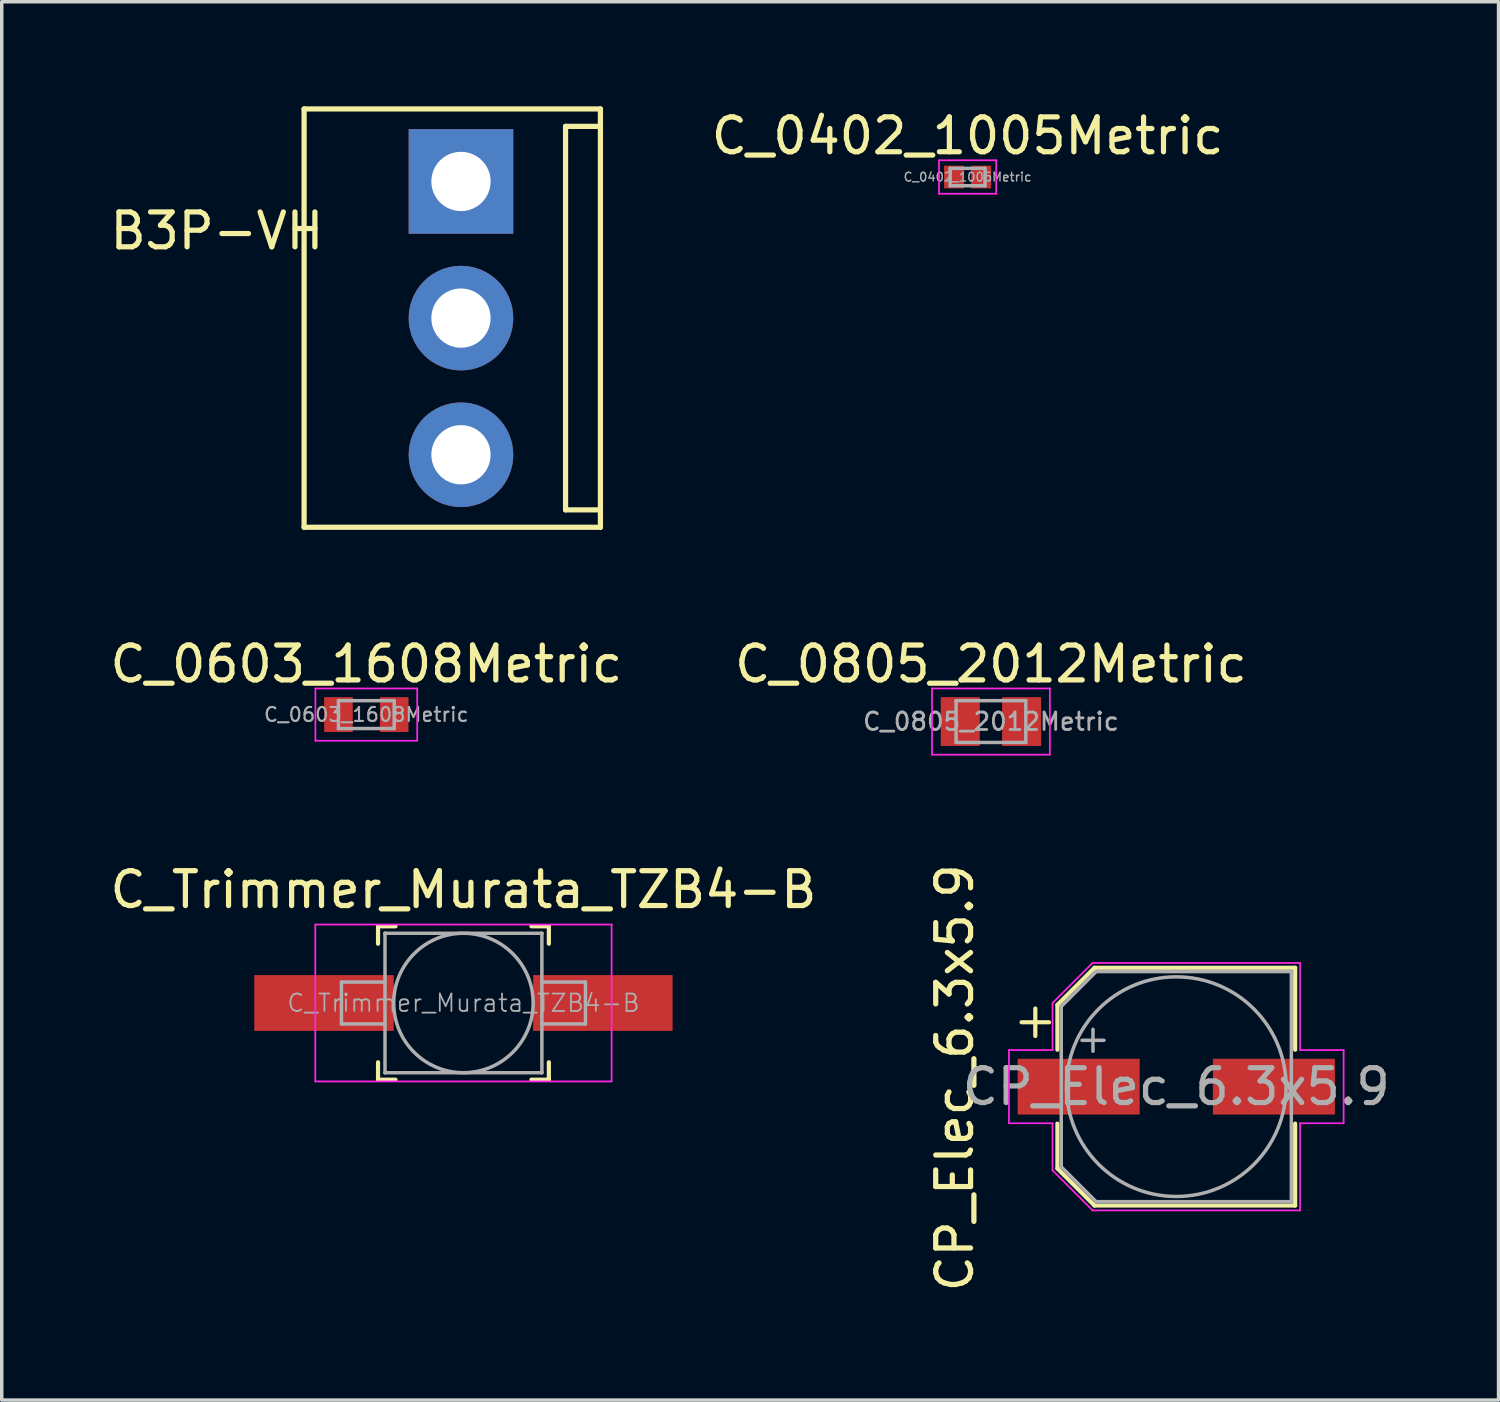
<source format=kicad_pcb>
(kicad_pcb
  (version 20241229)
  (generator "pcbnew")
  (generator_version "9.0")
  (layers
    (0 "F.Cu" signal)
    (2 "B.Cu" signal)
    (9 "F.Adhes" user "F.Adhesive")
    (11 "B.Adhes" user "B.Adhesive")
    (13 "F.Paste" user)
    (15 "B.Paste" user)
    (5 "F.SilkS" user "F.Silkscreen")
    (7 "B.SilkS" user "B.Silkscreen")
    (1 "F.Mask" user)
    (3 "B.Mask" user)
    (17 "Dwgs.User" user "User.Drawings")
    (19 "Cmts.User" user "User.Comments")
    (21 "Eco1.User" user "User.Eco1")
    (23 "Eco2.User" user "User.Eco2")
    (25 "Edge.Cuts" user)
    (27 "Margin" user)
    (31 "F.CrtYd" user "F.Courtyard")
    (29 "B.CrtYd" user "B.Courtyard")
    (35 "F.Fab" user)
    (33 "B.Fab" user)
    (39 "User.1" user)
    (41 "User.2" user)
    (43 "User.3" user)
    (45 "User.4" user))
  (footprint "C_0805_2012Metric"
    (layer "F.Cu")
    (at 25.375 17.648)
    (property "Reference" "C_0805_2012Metric" (at 0 -1.65 0) (layer "F.SilkS") (effects (font (size 1 1) (thickness 0.15))))
    (attr smd)
    (fp_line (start -1.69 -0.95) (end 1.69 -0.95) (stroke (width 0.05) (type solid)) (layer "F.CrtYd"))
    (fp_line (start -1.69 0.95) (end -1.69 -0.95) (stroke (width 0.05) (type solid)) (layer "F.CrtYd"))
    (fp_line (start 1.69 -0.95) (end 1.69 0.95) (stroke (width 0.05) (type solid)) (layer "F.CrtYd"))
    (fp_line (start 1.69 0.95) (end -1.69 0.95) (stroke (width 0.05) (type solid)) (layer "F.CrtYd"))
    (fp_line (start -1 -0.6) (end 1 -0.6) (stroke (width 0.1) (type solid)) (layer "F.Fab"))
    (fp_line (start -1 0.6) (end -1 -0.6) (stroke (width 0.1) (type solid)) (layer "F.Fab"))
    (fp_line (start 1 -0.6) (end 1 0.6) (stroke (width 0.1) (type solid)) (layer "F.Fab"))
    (fp_line (start 1 0.6) (end -1 0.6) (stroke (width 0.1) (type solid)) (layer "F.Fab"))
    (fp_text user "${REFERENCE}" (at 0 0 0) (layer "F.Fab") (effects (font (size 0.5 0.5) (thickness 0.08))))
    (pad "1" smd rect (at -0.88 0) (size 1.12 1.4) (layers "F.Cu" "F.Mask" "F.Paste"))
    (pad "2" smd rect (at 0.88 0) (size 1.12 1.4) (layers "F.Cu" "F.Mask" "F.Paste")))
  (footprint "CP_Elec_6.3x5.9"
    (layer "F.Cu")
    (at 30.692 28.121)
    (property "Reference" "CP_Elec_6.3x5.9" (at -6.356 -0.254 270) (layer "F.SilkS") (effects (font (size 1 1) (thickness 0.15))))
    (attr smd)
    (fp_line (start -4.438 -1.847) (end -3.65 -1.847) (stroke (width 0.12) (type solid)) (layer "F.SilkS"))
    (fp_line (start -4.044 -2.241) (end -4.044 -1.454) (stroke (width 0.12) (type solid)) (layer "F.SilkS"))
    (fp_line (start -3.41 -2.346) (end -3.41 -1.06) (stroke (width 0.12) (type solid)) (layer "F.SilkS"))
    (fp_line (start -3.41 -2.346) (end -2.346 -3.41) (stroke (width 0.12) (type solid)) (layer "F.SilkS"))
    (fp_line (start -3.41 2.346) (end -3.41 1.06) (stroke (width 0.12) (type solid)) (layer "F.SilkS"))
    (fp_line (start -3.41 2.346) (end -2.346 3.41) (stroke (width 0.12) (type solid)) (layer "F.SilkS"))
    (fp_line (start -2.346 -3.41) (end 3.41 -3.41) (stroke (width 0.12) (type solid)) (layer "F.SilkS"))
    (fp_line (start -2.346 3.41) (end 3.41 3.41) (stroke (width 0.12) (type solid)) (layer "F.SilkS"))
    (fp_line (start 3.41 -3.41) (end 3.41 -1.06) (stroke (width 0.12) (type solid)) (layer "F.SilkS"))
    (fp_line (start 3.41 3.41) (end 3.41 1.06) (stroke (width 0.12) (type solid)) (layer "F.SilkS"))
    (fp_line (start -4.8 -1.05) (end -4.8 1.05) (stroke (width 0.05) (type solid)) (layer "F.CrtYd"))
    (fp_line (start -4.8 1.05) (end -3.55 1.05) (stroke (width 0.05) (type solid)) (layer "F.CrtYd"))
    (fp_line (start -3.55 -2.4) (end -3.55 -1.05) (stroke (width 0.05) (type solid)) (layer "F.CrtYd"))
    (fp_line (start -3.55 -2.4) (end -2.4 -3.55) (stroke (width 0.05) (type solid)) (layer "F.CrtYd"))
    (fp_line (start -3.55 -1.05) (end -4.8 -1.05) (stroke (width 0.05) (type solid)) (layer "F.CrtYd"))
    (fp_line (start -3.55 1.05) (end -3.55 2.4) (stroke (width 0.05) (type solid)) (layer "F.CrtYd"))
    (fp_line (start -3.55 2.4) (end -2.4 3.55) (stroke (width 0.05) (type solid)) (layer "F.CrtYd"))
    (fp_line (start -2.4 -3.55) (end 3.55 -3.55) (stroke (width 0.05) (type solid)) (layer "F.CrtYd"))
    (fp_line (start -2.4 3.55) (end 3.55 3.55) (stroke (width 0.05) (type solid)) (layer "F.CrtYd"))
    (fp_line (start 3.55 -3.55) (end 3.55 -1.05) (stroke (width 0.05) (type solid)) (layer "F.CrtYd"))
    (fp_line (start 3.55 -1.05) (end 4.8 -1.05) (stroke (width 0.05) (type solid)) (layer "F.CrtYd"))
    (fp_line (start 3.55 1.05) (end 3.55 3.55) (stroke (width 0.05) (type solid)) (layer "F.CrtYd"))
    (fp_line (start 4.8 -1.05) (end 4.8 1.05) (stroke (width 0.05) (type solid)) (layer "F.CrtYd"))
    (fp_line (start 4.8 1.05) (end 3.55 1.05) (stroke (width 0.05) (type solid)) (layer "F.CrtYd"))
    (fp_line (start -3.3 -2.3) (end -3.3 2.3) (stroke (width 0.1) (type solid)) (layer "F.Fab"))
    (fp_line (start -3.3 -2.3) (end -2.3 -3.3) (stroke (width 0.1) (type solid)) (layer "F.Fab"))
    (fp_line (start -3.3 2.3) (end -2.3 3.3) (stroke (width 0.1) (type solid)) (layer "F.Fab"))
    (fp_line (start -2.705 -1.33) (end -2.075 -1.33) (stroke (width 0.1) (type solid)) (layer "F.Fab"))
    (fp_line (start -2.39 -1.645) (end -2.39 -1.015) (stroke (width 0.1) (type solid)) (layer "F.Fab"))
    (fp_line (start -2.3 -3.3) (end 3.3 -3.3) (stroke (width 0.1) (type solid)) (layer "F.Fab"))
    (fp_line (start -2.3 3.3) (end 3.3 3.3) (stroke (width 0.1) (type solid)) (layer "F.Fab"))
    (fp_line (start 3.3 -3.3) (end 3.3 3.3) (stroke (width 0.1) (type solid)) (layer "F.Fab"))
    (fp_circle (center 0 0) (end 3.15 0) (stroke (width 0.1) (type solid)) (fill no) (layer "F.Fab"))
    (fp_text user "${REFERENCE}" (at 0 0 0) (layer "F.Fab") (effects (font (size 1 1) (thickness 0.15))))
    (pad "1" smd rect (at -2.8 0) (size 3.5 1.6) (layers "F.Cu" "F.Mask" "F.Paste"))
    (pad "2" smd rect (at 2.8 0) (size 3.5 1.6) (layers "F.Cu" "F.Mask" "F.Paste")))
  (footprint "C_0603_1608Metric"
    (layer "F.Cu")
    (at 7.458 17.448)
    (property "Reference" "C_0603_1608Metric" (at 0 -1.45 0) (layer "F.SilkS") (effects (font (size 1 1) (thickness 0.15))))
    (attr smd)
    (fp_line (start -1.46 -0.75) (end 1.46 -0.75) (stroke (width 0.05) (type solid)) (layer "F.CrtYd"))
    (fp_line (start -1.46 0.75) (end -1.46 -0.75) (stroke (width 0.05) (type solid)) (layer "F.CrtYd"))
    (fp_line (start 1.46 -0.75) (end 1.46 0.75) (stroke (width 0.05) (type solid)) (layer "F.CrtYd"))
    (fp_line (start 1.46 0.75) (end -1.46 0.75) (stroke (width 0.05) (type solid)) (layer "F.CrtYd"))
    (fp_line (start -0.8 -0.4) (end 0.8 -0.4) (stroke (width 0.1) (type solid)) (layer "F.Fab"))
    (fp_line (start -0.8 0.4) (end -0.8 -0.4) (stroke (width 0.1) (type solid)) (layer "F.Fab"))
    (fp_line (start 0.8 -0.4) (end 0.8 0.4) (stroke (width 0.1) (type solid)) (layer "F.Fab"))
    (fp_line (start 0.8 0.4) (end -0.8 0.4) (stroke (width 0.1) (type solid)) (layer "F.Fab"))
    (fp_text user "${REFERENCE}" (at 0 0 0) (layer "F.Fab") (effects (font (size 0.4 0.4) (thickness 0.06))))
    (pad "1" smd rect (at -0.8 0) (size 0.82 1) (layers "F.Cu" "F.Mask" "F.Paste"))
    (pad "2" smd rect (at 0.8 0) (size 0.82 1) (layers "F.Cu" "F.Mask" "F.Paste")))
  (footprint "C_0402_1005Metric"
    (layer "F.Cu")
    (at 24.706 2.028)
    (property "Reference" "C_0402_1005Metric" (at 0 -1.18 0) (layer "F.SilkS") (effects (font (size 1 1) (thickness 0.15))))
    (attr smd)
    (fp_line (start -0.82 -0.48) (end 0.82 -0.48) (stroke (width 0.05) (type solid)) (layer "F.CrtYd"))
    (fp_line (start -0.82 0.48) (end -0.82 -0.48) (stroke (width 0.05) (type solid)) (layer "F.CrtYd"))
    (fp_line (start 0.82 -0.48) (end 0.82 0.48) (stroke (width 0.05) (type solid)) (layer "F.CrtYd"))
    (fp_line (start 0.82 0.48) (end -0.82 0.48) (stroke (width 0.05) (type solid)) (layer "F.CrtYd"))
    (fp_line (start -0.5 -0.25) (end 0.5 -0.25) (stroke (width 0.1) (type solid)) (layer "F.Fab"))
    (fp_line (start -0.5 0.25) (end -0.5 -0.25) (stroke (width 0.1) (type solid)) (layer "F.Fab"))
    (fp_line (start 0.5 -0.25) (end 0.5 0.25) (stroke (width 0.1) (type solid)) (layer "F.Fab"))
    (fp_line (start 0.5 0.25) (end -0.5 0.25) (stroke (width 0.1) (type solid)) (layer "F.Fab"))
    (fp_text user "${REFERENCE}" (at 0 0 0) (layer "F.Fab") (effects (font (size 0.25 0.25) (thickness 0.04))))
    (pad "1" smd rect (at -0.388 0) (size 0.575 0.65) (layers "F.Cu" "F.Mask" "F.Paste"))
    (pad "2" smd rect (at 0.388 0) (size 0.575 0.65) (layers "F.Cu" "F.Mask" "F.Paste")))
  (footprint "C_Trimmer_Murata_TZB4-B"
    (layer "F.Cu")
    (at 10.244 25.721)
    (property "Reference" "C_Trimmer_Murata_TZB4-B" (at 0 -3.25 0) (layer "F.SilkS") (effects (font (size 1 1) (thickness 0.15))))
    (attr smd)
    (fp_line (start -2.45 -2.2) (end -2.45 -1.7) (stroke (width 0.12) (type solid)) (layer "F.SilkS"))
    (fp_line (start -2.45 -2.2) (end -1.95 -2.2) (stroke (width 0.12) (type solid)) (layer "F.SilkS"))
    (fp_line (start -2.45 2.2) (end -2.45 1.7) (stroke (width 0.12) (type solid)) (layer "F.SilkS"))
    (fp_line (start -2.45 2.2) (end -1.95 2.2) (stroke (width 0.12) (type solid)) (layer "F.SilkS"))
    (fp_line (start 2.45 -2.2) (end 1.95 -2.2) (stroke (width 0.12) (type solid)) (layer "F.SilkS"))
    (fp_line (start 2.45 -2.2) (end 2.45 -1.7) (stroke (width 0.12) (type solid)) (layer "F.SilkS"))
    (fp_line (start 2.45 2.2) (end 1.95 2.2) (stroke (width 0.12) (type solid)) (layer "F.SilkS"))
    (fp_line (start 2.45 2.2) (end 2.45 1.7) (stroke (width 0.12) (type solid)) (layer "F.SilkS"))
    (fp_line (start -4.25 -2.25) (end -4.25 2.25) (stroke (width 0.05) (type solid)) (layer "F.CrtYd"))
    (fp_line (start -4.25 2.25) (end 4.25 2.25) (stroke (width 0.05) (type solid)) (layer "F.CrtYd"))
    (fp_line (start 4.25 -2.25) (end -4.25 -2.25) (stroke (width 0.05) (type solid)) (layer "F.CrtYd"))
    (fp_line (start 4.25 2.25) (end 4.25 -2.25) (stroke (width 0.05) (type solid)) (layer "F.CrtYd"))
    (fp_line (start -3.5 -0.6) (end -3.5 0.6) (stroke (width 0.1) (type solid)) (layer "F.Fab"))
    (fp_line (start -3.5 0.6) (end -2.25 0.6) (stroke (width 0.1) (type solid)) (layer "F.Fab"))
    (fp_line (start -2.25 -2) (end -2.24 -2) (stroke (width 0.1) (type solid)) (layer "F.Fab"))
    (fp_line (start -2.25 -1.99) (end -2.25 -2) (stroke (width 0.1) (type solid)) (layer "F.Fab"))
    (fp_line (start -2.25 -0.6) (end -3.5 -0.6) (stroke (width 0.1) (type solid)) (layer "F.Fab"))
    (fp_line (start -2.25 1.99) (end -2.25 -1.99) (stroke (width 0.1) (type solid)) (layer "F.Fab"))
    (fp_line (start -2.25 2) (end -2.25 1.99) (stroke (width 0.1) (type solid)) (layer "F.Fab"))
    (fp_line (start -2.24 -2) (end 2.24 -2) (stroke (width 0.1) (type solid)) (layer "F.Fab"))
    (fp_line (start -2.24 2) (end -2.25 2) (stroke (width 0.1) (type solid)) (layer "F.Fab"))
    (fp_line (start 2.24 -2) (end 2.25 -2) (stroke (width 0.1) (type solid)) (layer "F.Fab"))
    (fp_line (start 2.24 2) (end -2.24 2) (stroke (width 0.1) (type solid)) (layer "F.Fab"))
    (fp_line (start 2.25 -2) (end 2.25 -1.99) (stroke (width 0.1) (type solid)) (layer "F.Fab"))
    (fp_line (start 2.25 -1.99) (end 2.25 1.99) (stroke (width 0.1) (type solid)) (layer "F.Fab"))
    (fp_line (start 2.25 -0.6) (end 3.5 -0.6) (stroke (width 0.1) (type solid)) (layer "F.Fab"))
    (fp_line (start 2.25 1.99) (end 2.25 2) (stroke (width 0.1) (type solid)) (layer "F.Fab"))
    (fp_line (start 2.25 2) (end 2.24 2) (stroke (width 0.1) (type solid)) (layer "F.Fab"))
    (fp_line (start 3.5 -0.6) (end 3.5 0.6) (stroke (width 0.1) (type solid)) (layer "F.Fab"))
    (fp_line (start 3.5 0.6) (end 2.25 0.6) (stroke (width 0.1) (type solid)) (layer "F.Fab"))
    (fp_circle (center 0 0) (end 2 0) (stroke (width 0.1) (type solid)) (fill no) (layer "F.Fab"))
    (fp_text user "${REFERENCE}" (at 0 0 0) (layer "F.Fab") (effects (font (size 0.5 0.5) (thickness 0.05))))
    (pad "1" smd rect (at -4 0) (size 4 1.6) (layers "F.Cu" "F.Mask" "F.Paste"))
    (pad "2" smd rect (at 4 0) (size 4 1.6) (layers "F.Cu" "F.Mask" "F.Paste")))
  (footprint "B3P-VH"
    (layer "F.Cu")
    (at 10.173 6.075)
    (property "Reference" "B3P-VH" (at -7 -2.5 0) (layer "F.SilkS") (effects (font (size 1 1) (thickness 0.15))))
    (attr through_hole)
    (fp_line (start -4.5 -6) (end 4 -6) (stroke (width 0.15) (type solid)) (layer "F.SilkS"))
    (fp_line (start -4.5 6) (end -4.5 -6) (stroke (width 0.15) (type solid)) (layer "F.SilkS"))
    (fp_line (start 3 -5.5) (end 3 5.5) (stroke (width 0.15) (type solid)) (layer "F.SilkS"))
    (fp_line (start 3 5.5) (end 4 5.5) (stroke (width 0.15) (type solid)) (layer "F.SilkS"))
    (fp_line (start 4 -6) (end 4 6) (stroke (width 0.15) (type solid)) (layer "F.SilkS"))
    (fp_line (start 4 -5.5) (end 3 -5.5) (stroke (width 0.15) (type solid)) (layer "F.SilkS"))
    (fp_line (start 4 6) (end -4.5 6) (stroke (width 0.15) (type solid)) (layer "F.SilkS"))
    (pad "1" thru_hole rect (at 0 -3.92) (size 3 3) (drill 1.7) (layers "*.Cu" "*.Mask"))
    (pad "2" thru_hole circle (at 0 0) (size 3 3) (drill 1.7) (layers "*.Cu" "*.Mask"))
    (pad "3" thru_hole circle (at 0 3.92) (size 3 3) (drill 1.7) (layers "*.Cu" "*.Mask")))
  (gr_rect
    (start -3 -3)
    (end 39.936 37.111)
    (stroke (width 0.1) (type default))
    (fill no)
    (layer "Edge.Cuts")))
</source>
